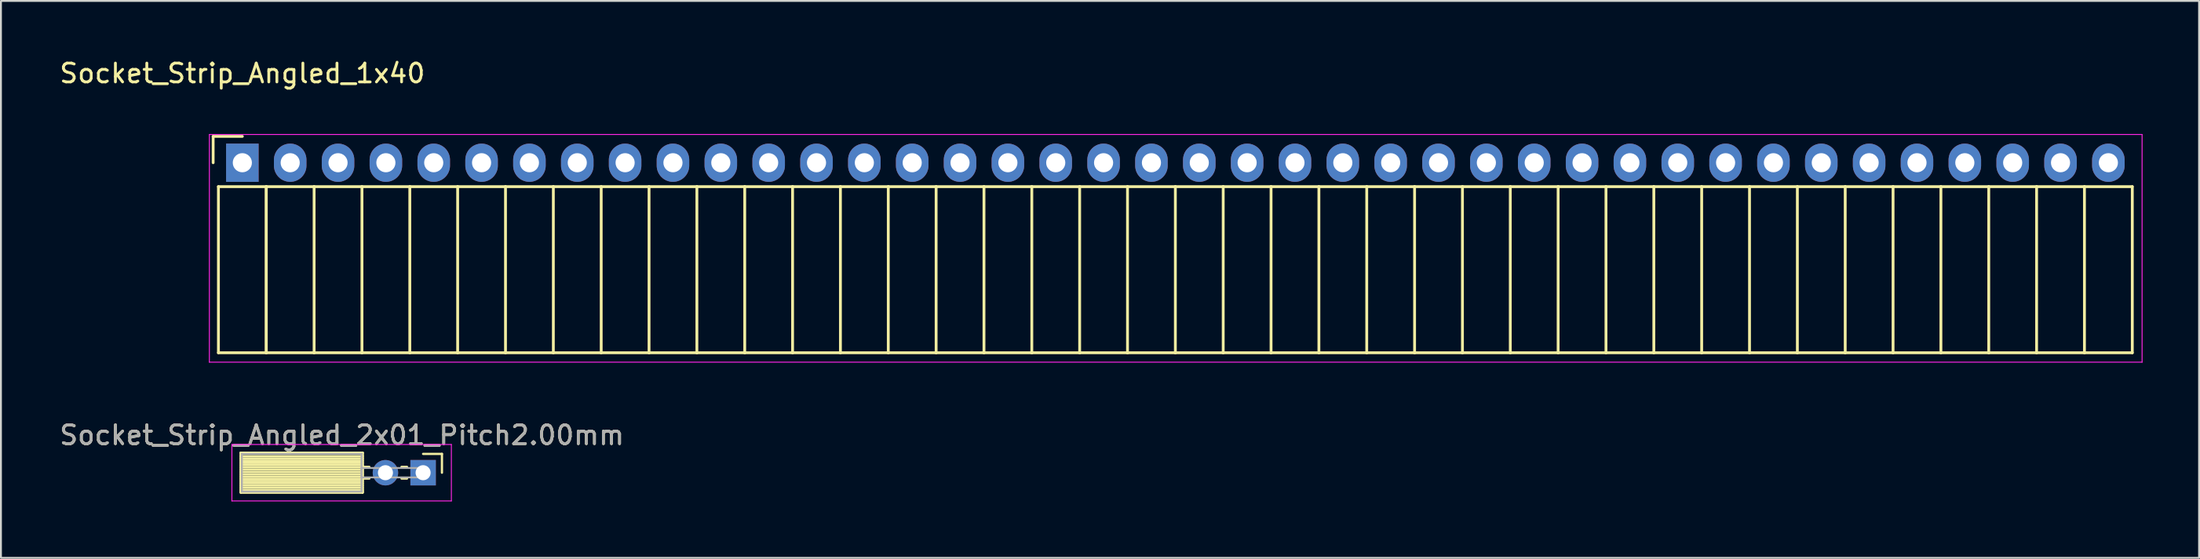
<source format=kicad_pcb>
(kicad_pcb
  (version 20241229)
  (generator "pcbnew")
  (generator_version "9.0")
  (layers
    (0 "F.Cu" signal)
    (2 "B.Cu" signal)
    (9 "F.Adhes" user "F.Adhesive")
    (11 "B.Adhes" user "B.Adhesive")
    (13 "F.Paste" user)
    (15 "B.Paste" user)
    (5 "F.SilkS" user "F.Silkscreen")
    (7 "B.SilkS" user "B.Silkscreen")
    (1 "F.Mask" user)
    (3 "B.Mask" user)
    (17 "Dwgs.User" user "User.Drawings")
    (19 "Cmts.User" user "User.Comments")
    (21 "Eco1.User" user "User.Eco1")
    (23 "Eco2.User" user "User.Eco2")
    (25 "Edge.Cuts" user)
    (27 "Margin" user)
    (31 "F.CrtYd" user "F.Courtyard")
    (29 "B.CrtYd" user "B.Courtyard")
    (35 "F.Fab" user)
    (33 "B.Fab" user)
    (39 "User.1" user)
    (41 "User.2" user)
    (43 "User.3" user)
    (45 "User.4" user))
  (footprint "Socket_Strip_Angled_1x40"
    (layer "F.Cu")
    (at 9.815 5.598)
    (property "Reference" "Socket_Strip_Angled_1x40" (at 0 -4.75 0) (layer "F.SilkS") (effects (font (size 1 1) (thickness 0.15))))
    (attr through_hole)
    (fp_line (start -1.55 -1.4) (end -1.55 0) (stroke (width 0.15) (type solid)) (layer "F.SilkS"))
    (fp_line (start -1.27 1.27) (end -1.27 10.1) (stroke (width 0.15) (type solid)) (layer "F.SilkS"))
    (fp_line (start -1.27 1.27) (end 1.27 1.27) (stroke (width 0.15) (type solid)) (layer "F.SilkS"))
    (fp_line (start -1.27 10.1) (end 1.27 10.1) (stroke (width 0.15) (type solid)) (layer "F.SilkS"))
    (fp_line (start 0 -1.4) (end -1.55 -1.4) (stroke (width 0.15) (type solid)) (layer "F.SilkS"))
    (fp_line (start 1.27 1.27) (end 1.27 10.1) (stroke (width 0.15) (type solid)) (layer "F.SilkS"))
    (fp_line (start 1.27 1.27) (end 3.81 1.27) (stroke (width 0.15) (type solid)) (layer "F.SilkS"))
    (fp_line (start 1.27 10.1) (end 1.27 1.27) (stroke (width 0.15) (type solid)) (layer "F.SilkS"))
    (fp_line (start 1.27 10.1) (end 3.81 10.1) (stroke (width 0.15) (type solid)) (layer "F.SilkS"))
    (fp_line (start 3.81 1.27) (end 6.35 1.27) (stroke (width 0.15) (type solid)) (layer "F.SilkS"))
    (fp_line (start 3.81 10.1) (end 3.81 1.27) (stroke (width 0.15) (type solid)) (layer "F.SilkS"))
    (fp_line (start 3.81 10.1) (end 6.35 10.1) (stroke (width 0.15) (type solid)) (layer "F.SilkS"))
    (fp_line (start 6.35 1.27) (end 8.89 1.27) (stroke (width 0.15) (type solid)) (layer "F.SilkS"))
    (fp_line (start 6.35 10.1) (end 6.35 1.27) (stroke (width 0.15) (type solid)) (layer "F.SilkS"))
    (fp_line (start 6.35 10.1) (end 8.89 10.1) (stroke (width 0.15) (type solid)) (layer "F.SilkS"))
    (fp_line (start 8.89 1.27) (end 11.43 1.27) (stroke (width 0.15) (type solid)) (layer "F.SilkS"))
    (fp_line (start 8.89 10.1) (end 8.89 1.27) (stroke (width 0.15) (type solid)) (layer "F.SilkS"))
    (fp_line (start 8.89 10.1) (end 11.43 10.1) (stroke (width 0.15) (type solid)) (layer "F.SilkS"))
    (fp_line (start 11.43 1.27) (end 13.97 1.27) (stroke (width 0.15) (type solid)) (layer "F.SilkS"))
    (fp_line (start 11.43 10.1) (end 11.43 1.27) (stroke (width 0.15) (type solid)) (layer "F.SilkS"))
    (fp_line (start 11.43 10.1) (end 13.97 10.1) (stroke (width 0.15) (type solid)) (layer "F.SilkS"))
    (fp_line (start 13.97 1.27) (end 16.51 1.27) (stroke (width 0.15) (type solid)) (layer "F.SilkS"))
    (fp_line (start 13.97 10.1) (end 13.97 1.27) (stroke (width 0.15) (type solid)) (layer "F.SilkS"))
    (fp_line (start 13.97 10.1) (end 16.51 10.1) (stroke (width 0.15) (type solid)) (layer "F.SilkS"))
    (fp_line (start 16.51 1.27) (end 19.05 1.27) (stroke (width 0.15) (type solid)) (layer "F.SilkS"))
    (fp_line (start 16.51 10.1) (end 16.51 1.27) (stroke (width 0.15) (type solid)) (layer "F.SilkS"))
    (fp_line (start 16.51 10.1) (end 19.05 10.1) (stroke (width 0.15) (type solid)) (layer "F.SilkS"))
    (fp_line (start 19.05 1.27) (end 21.59 1.27) (stroke (width 0.15) (type solid)) (layer "F.SilkS"))
    (fp_line (start 19.05 10.1) (end 19.05 1.27) (stroke (width 0.15) (type solid)) (layer "F.SilkS"))
    (fp_line (start 19.05 10.1) (end 21.59 10.1) (stroke (width 0.15) (type solid)) (layer "F.SilkS"))
    (fp_line (start 21.59 1.27) (end 24.13 1.27) (stroke (width 0.15) (type solid)) (layer "F.SilkS"))
    (fp_line (start 21.59 10.1) (end 21.59 1.27) (stroke (width 0.15) (type solid)) (layer "F.SilkS"))
    (fp_line (start 21.59 10.1) (end 24.13 10.1) (stroke (width 0.15) (type solid)) (layer "F.SilkS"))
    (fp_line (start 24.13 1.27) (end 26.67 1.27) (stroke (width 0.15) (type solid)) (layer "F.SilkS"))
    (fp_line (start 24.13 10.1) (end 24.13 1.27) (stroke (width 0.15) (type solid)) (layer "F.SilkS"))
    (fp_line (start 24.13 10.1) (end 26.67 10.1) (stroke (width 0.15) (type solid)) (layer "F.SilkS"))
    (fp_line (start 26.67 1.27) (end 29.21 1.27) (stroke (width 0.15) (type solid)) (layer "F.SilkS"))
    (fp_line (start 26.67 10.1) (end 26.67 1.27) (stroke (width 0.15) (type solid)) (layer "F.SilkS"))
    (fp_line (start 26.67 10.1) (end 29.21 10.1) (stroke (width 0.15) (type solid)) (layer "F.SilkS"))
    (fp_line (start 29.21 1.27) (end 31.75 1.27) (stroke (width 0.15) (type solid)) (layer "F.SilkS"))
    (fp_line (start 29.21 10.1) (end 29.21 1.27) (stroke (width 0.15) (type solid)) (layer "F.SilkS"))
    (fp_line (start 29.21 10.1) (end 31.75 10.1) (stroke (width 0.15) (type solid)) (layer "F.SilkS"))
    (fp_line (start 31.75 1.27) (end 34.29 1.27) (stroke (width 0.15) (type solid)) (layer "F.SilkS"))
    (fp_line (start 31.75 10.1) (end 31.75 1.27) (stroke (width 0.15) (type solid)) (layer "F.SilkS"))
    (fp_line (start 31.75 10.1) (end 34.29 10.1) (stroke (width 0.15) (type solid)) (layer "F.SilkS"))
    (fp_line (start 34.29 1.27) (end 36.83 1.27) (stroke (width 0.15) (type solid)) (layer "F.SilkS"))
    (fp_line (start 34.29 10.1) (end 34.29 1.27) (stroke (width 0.15) (type solid)) (layer "F.SilkS"))
    (fp_line (start 34.29 10.1) (end 36.83 10.1) (stroke (width 0.15) (type solid)) (layer "F.SilkS"))
    (fp_line (start 36.83 1.27) (end 39.37 1.27) (stroke (width 0.15) (type solid)) (layer "F.SilkS"))
    (fp_line (start 36.83 10.1) (end 36.83 1.27) (stroke (width 0.15) (type solid)) (layer "F.SilkS"))
    (fp_line (start 36.83 10.1) (end 39.37 10.1) (stroke (width 0.15) (type solid)) (layer "F.SilkS"))
    (fp_line (start 39.37 1.27) (end 41.91 1.27) (stroke (width 0.15) (type solid)) (layer "F.SilkS"))
    (fp_line (start 39.37 10.1) (end 39.37 1.27) (stroke (width 0.15) (type solid)) (layer "F.SilkS"))
    (fp_line (start 39.37 10.1) (end 41.91 10.1) (stroke (width 0.15) (type solid)) (layer "F.SilkS"))
    (fp_line (start 41.91 1.27) (end 44.45 1.27) (stroke (width 0.15) (type solid)) (layer "F.SilkS"))
    (fp_line (start 41.91 10.1) (end 41.91 1.27) (stroke (width 0.15) (type solid)) (layer "F.SilkS"))
    (fp_line (start 41.91 10.1) (end 44.45 10.1) (stroke (width 0.15) (type solid)) (layer "F.SilkS"))
    (fp_line (start 44.45 1.27) (end 46.99 1.27) (stroke (width 0.15) (type solid)) (layer "F.SilkS"))
    (fp_line (start 44.45 10.1) (end 44.45 1.27) (stroke (width 0.15) (type solid)) (layer "F.SilkS"))
    (fp_line (start 44.45 10.1) (end 46.99 10.1) (stroke (width 0.15) (type solid)) (layer "F.SilkS"))
    (fp_line (start 46.99 1.27) (end 49.53 1.27) (stroke (width 0.15) (type solid)) (layer "F.SilkS"))
    (fp_line (start 46.99 10.1) (end 46.99 1.27) (stroke (width 0.15) (type solid)) (layer "F.SilkS"))
    (fp_line (start 46.99 10.1) (end 49.53 10.1) (stroke (width 0.15) (type solid)) (layer "F.SilkS"))
    (fp_line (start 49.53 1.27) (end 52.07 1.27) (stroke (width 0.15) (type solid)) (layer "F.SilkS"))
    (fp_line (start 49.53 10.1) (end 49.53 1.27) (stroke (width 0.15) (type solid)) (layer "F.SilkS"))
    (fp_line (start 49.53 10.1) (end 52.07 10.1) (stroke (width 0.15) (type solid)) (layer "F.SilkS"))
    (fp_line (start 52.07 1.27) (end 54.61 1.27) (stroke (width 0.15) (type solid)) (layer "F.SilkS"))
    (fp_line (start 52.07 10.1) (end 52.07 1.27) (stroke (width 0.15) (type solid)) (layer "F.SilkS"))
    (fp_line (start 52.07 10.1) (end 54.61 10.1) (stroke (width 0.15) (type solid)) (layer "F.SilkS"))
    (fp_line (start 54.61 1.27) (end 57.15 1.27) (stroke (width 0.15) (type solid)) (layer "F.SilkS"))
    (fp_line (start 54.61 10.1) (end 54.61 1.27) (stroke (width 0.15) (type solid)) (layer "F.SilkS"))
    (fp_line (start 54.61 10.1) (end 57.15 10.1) (stroke (width 0.15) (type solid)) (layer "F.SilkS"))
    (fp_line (start 57.15 1.27) (end 59.69 1.27) (stroke (width 0.15) (type solid)) (layer "F.SilkS"))
    (fp_line (start 57.15 10.1) (end 57.15 1.27) (stroke (width 0.15) (type solid)) (layer "F.SilkS"))
    (fp_line (start 57.15 10.1) (end 59.69 10.1) (stroke (width 0.15) (type solid)) (layer "F.SilkS"))
    (fp_line (start 59.69 1.27) (end 62.23 1.27) (stroke (width 0.15) (type solid)) (layer "F.SilkS"))
    (fp_line (start 59.69 10.1) (end 59.69 1.27) (stroke (width 0.15) (type solid)) (layer "F.SilkS"))
    (fp_line (start 59.69 10.1) (end 62.23 10.1) (stroke (width 0.15) (type solid)) (layer "F.SilkS"))
    (fp_line (start 62.23 1.27) (end 64.77 1.27) (stroke (width 0.15) (type solid)) (layer "F.SilkS"))
    (fp_line (start 62.23 10.1) (end 62.23 1.27) (stroke (width 0.15) (type solid)) (layer "F.SilkS"))
    (fp_line (start 62.23 10.1) (end 64.77 10.1) (stroke (width 0.15) (type solid)) (layer "F.SilkS"))
    (fp_line (start 64.77 1.27) (end 67.31 1.27) (stroke (width 0.15) (type solid)) (layer "F.SilkS"))
    (fp_line (start 64.77 10.1) (end 64.77 1.27) (stroke (width 0.15) (type solid)) (layer "F.SilkS"))
    (fp_line (start 64.77 10.1) (end 67.31 10.1) (stroke (width 0.15) (type solid)) (layer "F.SilkS"))
    (fp_line (start 67.31 1.27) (end 69.85 1.27) (stroke (width 0.15) (type solid)) (layer "F.SilkS"))
    (fp_line (start 67.31 10.1) (end 67.31 1.27) (stroke (width 0.15) (type solid)) (layer "F.SilkS"))
    (fp_line (start 67.31 10.1) (end 69.85 10.1) (stroke (width 0.15) (type solid)) (layer "F.SilkS"))
    (fp_line (start 69.85 1.27) (end 72.39 1.27) (stroke (width 0.15) (type solid)) (layer "F.SilkS"))
    (fp_line (start 69.85 10.1) (end 69.85 1.27) (stroke (width 0.15) (type solid)) (layer "F.SilkS"))
    (fp_line (start 69.85 10.1) (end 72.39 10.1) (stroke (width 0.15) (type solid)) (layer "F.SilkS"))
    (fp_line (start 72.39 1.27) (end 74.93 1.27) (stroke (width 0.15) (type solid)) (layer "F.SilkS"))
    (fp_line (start 72.39 10.1) (end 72.39 1.27) (stroke (width 0.15) (type solid)) (layer "F.SilkS"))
    (fp_line (start 72.39 10.1) (end 74.93 10.1) (stroke (width 0.15) (type solid)) (layer "F.SilkS"))
    (fp_line (start 74.93 1.27) (end 77.47 1.27) (stroke (width 0.15) (type solid)) (layer "F.SilkS"))
    (fp_line (start 74.93 10.1) (end 74.93 1.27) (stroke (width 0.15) (type solid)) (layer "F.SilkS"))
    (fp_line (start 74.93 10.1) (end 77.47 10.1) (stroke (width 0.15) (type solid)) (layer "F.SilkS"))
    (fp_line (start 77.47 1.27) (end 80.01 1.27) (stroke (width 0.15) (type solid)) (layer "F.SilkS"))
    (fp_line (start 77.47 10.1) (end 77.47 1.27) (stroke (width 0.15) (type solid)) (layer "F.SilkS"))
    (fp_line (start 77.47 10.1) (end 80.01 10.1) (stroke (width 0.15) (type solid)) (layer "F.SilkS"))
    (fp_line (start 80.01 1.27) (end 82.55 1.27) (stroke (width 0.15) (type solid)) (layer "F.SilkS"))
    (fp_line (start 80.01 10.1) (end 80.01 1.27) (stroke (width 0.15) (type solid)) (layer "F.SilkS"))
    (fp_line (start 80.01 10.1) (end 82.55 10.1) (stroke (width 0.15) (type solid)) (layer "F.SilkS"))
    (fp_line (start 82.55 1.27) (end 85.09 1.27) (stroke (width 0.15) (type solid)) (layer "F.SilkS"))
    (fp_line (start 82.55 10.1) (end 82.55 1.27) (stroke (width 0.15) (type solid)) (layer "F.SilkS"))
    (fp_line (start 82.55 10.1) (end 85.09 10.1) (stroke (width 0.15) (type solid)) (layer "F.SilkS"))
    (fp_line (start 85.09 1.27) (end 87.63 1.27) (stroke (width 0.15) (type solid)) (layer "F.SilkS"))
    (fp_line (start 85.09 10.1) (end 85.09 1.27) (stroke (width 0.15) (type solid)) (layer "F.SilkS"))
    (fp_line (start 85.09 10.1) (end 87.63 10.1) (stroke (width 0.15) (type solid)) (layer "F.SilkS"))
    (fp_line (start 87.63 1.27) (end 90.17 1.27) (stroke (width 0.15) (type solid)) (layer "F.SilkS"))
    (fp_line (start 87.63 10.1) (end 87.63 1.27) (stroke (width 0.15) (type solid)) (layer "F.SilkS"))
    (fp_line (start 87.63 10.1) (end 90.17 10.1) (stroke (width 0.15) (type solid)) (layer "F.SilkS"))
    (fp_line (start 90.17 1.27) (end 92.71 1.27) (stroke (width 0.15) (type solid)) (layer "F.SilkS"))
    (fp_line (start 90.17 10.1) (end 90.17 1.27) (stroke (width 0.15) (type solid)) (layer "F.SilkS"))
    (fp_line (start 90.17 10.1) (end 92.71 10.1) (stroke (width 0.15) (type solid)) (layer "F.SilkS"))
    (fp_line (start 92.71 1.27) (end 95.25 1.27) (stroke (width 0.15) (type solid)) (layer "F.SilkS"))
    (fp_line (start 92.71 10.1) (end 92.71 1.27) (stroke (width 0.15) (type solid)) (layer "F.SilkS"))
    (fp_line (start 92.71 10.1) (end 95.25 10.1) (stroke (width 0.15) (type solid)) (layer "F.SilkS"))
    (fp_line (start 95.25 1.27) (end 97.79 1.27) (stroke (width 0.15) (type solid)) (layer "F.SilkS"))
    (fp_line (start 95.25 10.1) (end 95.25 1.27) (stroke (width 0.15) (type solid)) (layer "F.SilkS"))
    (fp_line (start 95.25 10.1) (end 97.79 10.1) (stroke (width 0.15) (type solid)) (layer "F.SilkS"))
    (fp_line (start 97.79 1.27) (end 100.33 1.27) (stroke (width 0.15) (type solid)) (layer "F.SilkS"))
    (fp_line (start 97.79 10.1) (end 97.79 1.27) (stroke (width 0.15) (type solid)) (layer "F.SilkS"))
    (fp_line (start 97.79 10.1) (end 100.33 10.1) (stroke (width 0.15) (type solid)) (layer "F.SilkS"))
    (fp_line (start 100.33 10.1) (end 100.33 1.27) (stroke (width 0.15) (type solid)) (layer "F.SilkS"))
    (fp_line (start -1.75 -1.5) (end -1.75 10.6) (stroke (width 0.05) (type solid)) (layer "F.CrtYd"))
    (fp_line (start -1.75 -1.5) (end 100.85 -1.5) (stroke (width 0.05) (type solid)) (layer "F.CrtYd"))
    (fp_line (start -1.75 10.6) (end 100.85 10.6) (stroke (width 0.05) (type solid)) (layer "F.CrtYd"))
    (fp_line (start 100.85 -1.5) (end 100.85 10.6) (stroke (width 0.05) (type solid)) (layer "F.CrtYd"))
    (pad "1" thru_hole rect (at 0 0) (size 1.727 2.032) (drill 1.016) (layers "*.Cu" "*.Mask"))
    (pad "2" thru_hole oval (at 2.54 0) (size 1.727 2.032) (drill 1.016) (layers "*.Cu" "*.Mask"))
    (pad "3" thru_hole oval (at 5.08 0) (size 1.727 2.032) (drill 1.016) (layers "*.Cu" "*.Mask"))
    (pad "4" thru_hole oval (at 7.62 0) (size 1.727 2.032) (drill 1.016) (layers "*.Cu" "*.Mask"))
    (pad "5" thru_hole oval (at 10.16 0) (size 1.727 2.032) (drill 1.016) (layers "*.Cu" "*.Mask"))
    (pad "6" thru_hole oval (at 12.7 0) (size 1.727 2.032) (drill 1.016) (layers "*.Cu" "*.Mask"))
    (pad "7" thru_hole oval (at 15.24 0) (size 1.727 2.032) (drill 1.016) (layers "*.Cu" "*.Mask"))
    (pad "8" thru_hole oval (at 17.78 0) (size 1.727 2.032) (drill 1.016) (layers "*.Cu" "*.Mask"))
    (pad "9" thru_hole oval (at 20.32 0) (size 1.727 2.032) (drill 1.016) (layers "*.Cu" "*.Mask"))
    (pad "10" thru_hole oval (at 22.86 0) (size 1.727 2.032) (drill 1.016) (layers "*.Cu" "*.Mask"))
    (pad "11" thru_hole oval (at 25.4 0) (size 1.727 2.032) (drill 1.016) (layers "*.Cu" "*.Mask"))
    (pad "12" thru_hole oval (at 27.94 0) (size 1.727 2.032) (drill 1.016) (layers "*.Cu" "*.Mask"))
    (pad "13" thru_hole oval (at 30.48 0) (size 1.727 2.032) (drill 1.016) (layers "*.Cu" "*.Mask"))
    (pad "14" thru_hole oval (at 33.02 0) (size 1.727 2.032) (drill 1.016) (layers "*.Cu" "*.Mask"))
    (pad "15" thru_hole oval (at 35.56 0) (size 1.727 2.032) (drill 1.016) (layers "*.Cu" "*.Mask"))
    (pad "16" thru_hole oval (at 38.1 0) (size 1.727 2.032) (drill 1.016) (layers "*.Cu" "*.Mask"))
    (pad "17" thru_hole oval (at 40.64 0) (size 1.727 2.032) (drill 1.016) (layers "*.Cu" "*.Mask"))
    (pad "18" thru_hole oval (at 43.18 0) (size 1.727 2.032) (drill 1.016) (layers "*.Cu" "*.Mask"))
    (pad "19" thru_hole oval (at 45.72 0) (size 1.727 2.032) (drill 1.016) (layers "*.Cu" "*.Mask"))
    (pad "20" thru_hole oval (at 48.26 0) (size 1.727 2.032) (drill 1.016) (layers "*.Cu" "*.Mask"))
    (pad "21" thru_hole oval (at 50.8 0) (size 1.727 2.032) (drill 1.016) (layers "*.Cu" "*.Mask"))
    (pad "22" thru_hole oval (at 53.34 0) (size 1.727 2.032) (drill 1.016) (layers "*.Cu" "*.Mask"))
    (pad "23" thru_hole oval (at 55.88 0) (size 1.727 2.032) (drill 1.016) (layers "*.Cu" "*.Mask"))
    (pad "24" thru_hole oval (at 58.42 0) (size 1.727 2.032) (drill 1.016) (layers "*.Cu" "*.Mask"))
    (pad "25" thru_hole oval (at 60.96 0) (size 1.727 2.032) (drill 1.016) (layers "*.Cu" "*.Mask"))
    (pad "26" thru_hole oval (at 63.5 0) (size 1.727 2.032) (drill 1.016) (layers "*.Cu" "*.Mask"))
    (pad "27" thru_hole oval (at 66.04 0) (size 1.727 2.032) (drill 1.016) (layers "*.Cu" "*.Mask"))
    (pad "28" thru_hole oval (at 68.58 0) (size 1.727 2.032) (drill 1.016) (layers "*.Cu" "*.Mask"))
    (pad "29" thru_hole oval (at 71.12 0) (size 1.727 2.032) (drill 1.016) (layers "*.Cu" "*.Mask"))
    (pad "30" thru_hole oval (at 73.66 0) (size 1.727 2.032) (drill 1.016) (layers "*.Cu" "*.Mask"))
    (pad "31" thru_hole oval (at 76.2 0) (size 1.727 2.032) (drill 1.016) (layers "*.Cu" "*.Mask"))
    (pad "32" thru_hole oval (at 78.74 0) (size 1.727 2.032) (drill 1.016) (layers "*.Cu" "*.Mask"))
    (pad "33" thru_hole oval (at 81.28 0) (size 1.727 2.032) (drill 1.016) (layers "*.Cu" "*.Mask"))
    (pad "34" thru_hole oval (at 83.82 0) (size 1.727 2.032) (drill 1.016) (layers "*.Cu" "*.Mask"))
    (pad "35" thru_hole oval (at 86.36 0) (size 1.727 2.032) (drill 1.016) (layers "*.Cu" "*.Mask"))
    (pad "36" thru_hole oval (at 88.9 0) (size 1.727 2.032) (drill 1.016) (layers "*.Cu" "*.Mask"))
    (pad "37" thru_hole oval (at 91.44 0) (size 1.727 2.032) (drill 1.016) (layers "*.Cu" "*.Mask"))
    (pad "38" thru_hole oval (at 93.98 0) (size 1.727 2.032) (drill 1.016) (layers "*.Cu" "*.Mask"))
    (pad "39" thru_hole oval (at 96.52 0) (size 1.727 2.032) (drill 1.016) (layers "*.Cu" "*.Mask"))
    (pad "40" thru_hole oval (at 99.06 0) (size 1.727 2.032) (drill 1.016) (layers "*.Cu" "*.Mask")))
  (footprint "Socket_Strip_Angled_2x01_Pitch2.00mm"
    (layer "F.Cu")
    (at 19.411 22.072)
    (property "Reference" "Socket_Strip_Angled_2x01_Pitch2.00mm" (at -4.31 -2 0) (layer "F.SilkS") (effects (font (size 1 1) (thickness 0.15))))
    (attr through_hole)
    (fp_line (start -9.68 -1.06) (end -3.21 -1.06) (stroke (width 0.12) (type solid)) (layer "F.SilkS"))
    (fp_line (start -9.68 -1.06) (end -3.21 -1.06) (stroke (width 0.12) (type solid)) (layer "F.SilkS"))
    (fp_line (start -9.68 1) (end -9.68 -1.06) (stroke (width 0.12) (type solid)) (layer "F.SilkS"))
    (fp_line (start -9.68 1.06) (end -9.68 -1.06) (stroke (width 0.12) (type solid)) (layer "F.SilkS"))
    (fp_line (start -3.21 -1.06) (end -3.21 1) (stroke (width 0.12) (type solid)) (layer "F.SilkS"))
    (fp_line (start -3.21 -1.06) (end -3.21 1.06) (stroke (width 0.12) (type solid)) (layer "F.SilkS"))
    (fp_line (start -3.21 -0.88) (end -9.68 -0.88) (stroke (width 0.12) (type solid)) (layer "F.SilkS"))
    (fp_line (start -3.21 -0.76) (end -9.68 -0.76) (stroke (width 0.12) (type solid)) (layer "F.SilkS"))
    (fp_line (start -3.21 -0.64) (end -9.68 -0.64) (stroke (width 0.12) (type solid)) (layer "F.SilkS"))
    (fp_line (start -3.21 -0.52) (end -9.68 -0.52) (stroke (width 0.12) (type solid)) (layer "F.SilkS"))
    (fp_line (start -3.21 -0.4) (end -9.68 -0.4) (stroke (width 0.12) (type solid)) (layer "F.SilkS"))
    (fp_line (start -3.21 -0.28) (end -9.68 -0.28) (stroke (width 0.12) (type solid)) (layer "F.SilkS"))
    (fp_line (start -3.21 -0.16) (end -9.68 -0.16) (stroke (width 0.12) (type solid)) (layer "F.SilkS"))
    (fp_line (start -3.21 -0.04) (end -9.68 -0.04) (stroke (width 0.12) (type solid)) (layer "F.SilkS"))
    (fp_line (start -3.21 0.08) (end -9.68 0.08) (stroke (width 0.12) (type solid)) (layer "F.SilkS"))
    (fp_line (start -3.21 0.2) (end -9.68 0.2) (stroke (width 0.12) (type solid)) (layer "F.SilkS"))
    (fp_line (start -3.21 0.32) (end -9.68 0.32) (stroke (width 0.12) (type solid)) (layer "F.SilkS"))
    (fp_line (start -3.21 0.44) (end -9.68 0.44) (stroke (width 0.12) (type solid)) (layer "F.SilkS"))
    (fp_line (start -3.21 0.56) (end -9.68 0.56) (stroke (width 0.12) (type solid)) (layer "F.SilkS"))
    (fp_line (start -3.21 0.68) (end -9.68 0.68) (stroke (width 0.12) (type solid)) (layer "F.SilkS"))
    (fp_line (start -3.21 0.8) (end -9.68 0.8) (stroke (width 0.12) (type solid)) (layer "F.SilkS"))
    (fp_line (start -3.21 0.92) (end -9.68 0.92) (stroke (width 0.12) (type solid)) (layer "F.SilkS"))
    (fp_line (start -3.21 1) (end -9.68 1) (stroke (width 0.12) (type solid)) (layer "F.SilkS"))
    (fp_line (start -3.21 1.04) (end -9.68 1.04) (stroke (width 0.12) (type solid)) (layer "F.SilkS"))
    (fp_line (start -3.21 1.06) (end -9.68 1.06) (stroke (width 0.12) (type solid)) (layer "F.SilkS"))
    (fp_line (start -2.855 -0.31) (end -3.21 -0.31) (stroke (width 0.12) (type solid)) (layer "F.SilkS"))
    (fp_line (start -2.855 0.31) (end -3.21 0.31) (stroke (width 0.12) (type solid)) (layer "F.SilkS"))
    (fp_line (start -0.855 -0.31) (end -1.145 -0.31) (stroke (width 0.12) (type solid)) (layer "F.SilkS"))
    (fp_line (start -0.855 0.31) (end -1.145 0.31) (stroke (width 0.12) (type solid)) (layer "F.SilkS"))
    (fp_line (start 0 -1) (end 1 -1) (stroke (width 0.12) (type solid)) (layer "F.SilkS"))
    (fp_line (start 1 -1) (end 1 0) (stroke (width 0.12) (type solid)) (layer "F.SilkS"))
    (fp_line (start -10.15 -1.5) (end 1.5 -1.5) (stroke (width 0.05) (type solid)) (layer "F.CrtYd"))
    (fp_line (start -10.15 1.5) (end -10.15 -1.5) (stroke (width 0.05) (type solid)) (layer "F.CrtYd"))
    (fp_line (start 1.5 -1.5) (end 1.5 1.5) (stroke (width 0.05) (type solid)) (layer "F.CrtYd"))
    (fp_line (start 1.5 1.5) (end -10.15 1.5) (stroke (width 0.05) (type solid)) (layer "F.CrtYd"))
    (fp_line (start -9.62 -1) (end -3.27 -1) (stroke (width 0.1) (type solid)) (layer "F.Fab"))
    (fp_line (start -9.62 1) (end -9.62 -1) (stroke (width 0.1) (type solid)) (layer "F.Fab"))
    (fp_line (start -3.27 -1) (end -3.27 1) (stroke (width 0.1) (type solid)) (layer "F.Fab"))
    (fp_line (start -3.27 -0.25) (end 0 -0.25) (stroke (width 0.1) (type solid)) (layer "F.Fab"))
    (fp_line (start -3.27 0.25) (end -3.27 -0.25) (stroke (width 0.1) (type solid)) (layer "F.Fab"))
    (fp_line (start -3.27 1) (end -9.62 1) (stroke (width 0.1) (type solid)) (layer "F.Fab"))
    (fp_line (start 0 -0.25) (end 0 0.25) (stroke (width 0.1) (type solid)) (layer "F.Fab"))
    (fp_line (start 0 0.25) (end -3.27 0.25) (stroke (width 0.1) (type solid)) (layer "F.Fab"))
    (fp_text user "${REFERENCE}" (at -4.31 -2 0) (layer "F.Fab") (effects (font (size 1 1) (thickness 0.15))))
    (pad "1" thru_hole rect (at 0 0) (size 1.35 1.35) (drill 0.8) (layers "*.Cu" "*.Mask"))
    (pad "2" thru_hole oval (at -2 0) (size 1.35 1.35) (drill 0.8) (layers "*.Cu" "*.Mask")))
  (gr_rect
    (start -3 -3)
    (end 113.69 26.596)
    (stroke (width 0.1) (type default))
    (fill no)
    (layer "Edge.Cuts")))
</source>
